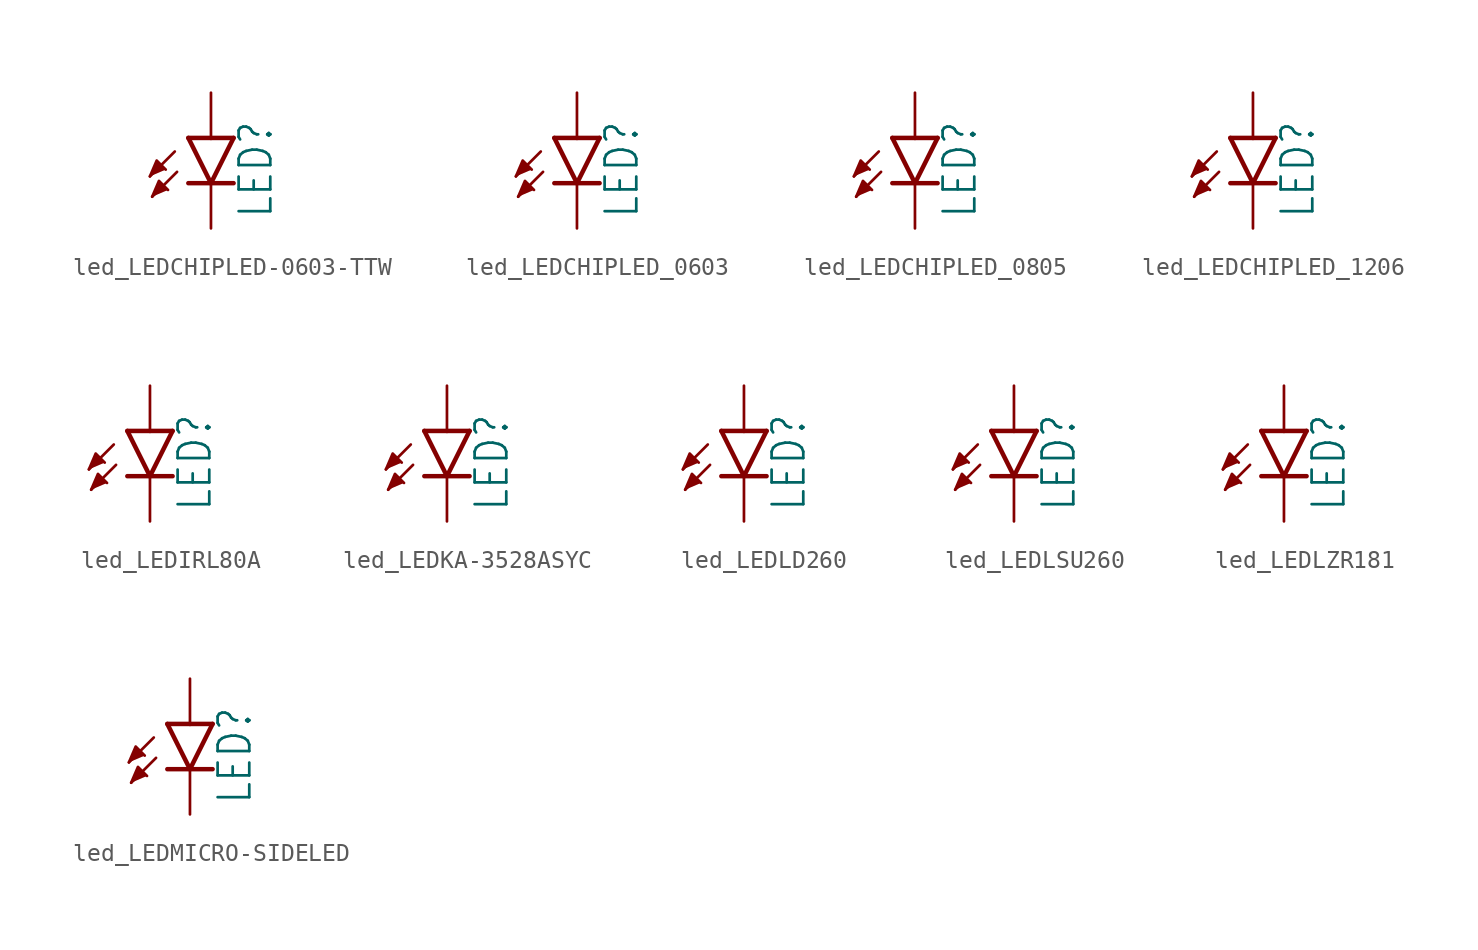
<source format=kicad_sym>
(kicad_symbol_lib
  (version 20241209)
  (generator "kicad_symbol_editor")
  (generator_version "9.0")
  (symbol "led_LEDCHIPLED-0603-TTW"
    (property "Reference" "LED"
      (at 3.556 -4.572 90)
      (effects (font (size 1.778 1.511)) (justify left bottom)))
    (property "Value" ""
      (at 5.715 -4.572 90)
      (effects (font (size 1.778 1.511)) (justify left bottom)))
    (property "ki_locked" ""
      (at 0 0 0)
      (effects (font (size 1.27 1.27))))
    (symbol "led_LEDCHIPLED-0603-TTW_1_0"
      (polyline (pts (xy -3.429 -2.159) (xy -3.048 -1.27) (xy -2.54 -1.778)) (stroke (width 0.152) (type solid)) (fill (type outline)))
      (polyline (pts (xy -3.302 -3.302) (xy -2.921 -2.413) (xy -2.413 -2.921)) (stroke (width 0.152) (type solid)) (fill (type outline)))
      (polyline (pts (xy -2.032 -0.762) (xy -3.429 -2.159)) (stroke (width 0.152) (type solid)) (fill (type none)))
      (polyline (pts (xy -1.905 -1.905) (xy -3.302 -3.302)) (stroke (width 0.152) (type solid)) (fill (type none)))
      (polyline (pts (xy 0 0) (xy -1.27 0)) (stroke (width 0.254) (type solid)) (fill (type none)))
      (polyline (pts (xy 0 -2.54) (xy -1.27 0)) (stroke (width 0.254) (type solid)) (fill (type none)))
      (polyline (pts (xy 0 -2.54) (xy -1.27 -2.54)) (stroke (width 0.254) (type solid)) (fill (type none)))
      (polyline (pts (xy 1.27 0) (xy 0 0)) (stroke (width 0.254) (type solid)) (fill (type none)))
      (polyline (pts (xy 1.27 0) (xy 0 -2.54)) (stroke (width 0.254) (type solid)) (fill (type none)))
      (polyline (pts (xy 1.27 -2.54) (xy 0 -2.54)) (stroke (width 0.254) (type solid)) (fill (type none)))
      (pin passive line (at 0 2.54 270) (length 2.54) (name "A" (effects (font (size 0 0)))) (number "A@1" (effects (font (size 0 0)))))
      (pin passive line (at 0 -5.08 90) (length 2.54) (name "C" (effects (font (size 0 0)))) (number "C@1" (effects (font (size 0 0)))))))
  (symbol "led_LEDCHIPLED_0603"
    (property "Reference" "LED"
      (at 3.556 -4.572 90)
      (effects (font (size 1.778 1.511)) (justify left bottom)))
    (property "Value" ""
      (at 5.715 -4.572 90)
      (effects (font (size 1.778 1.511)) (justify left bottom)))
    (property "ki_locked" ""
      (at 0 0 0)
      (effects (font (size 1.27 1.27))))
    (symbol "led_LEDCHIPLED_0603_1_0"
      (polyline (pts (xy -3.429 -2.159) (xy -3.048 -1.27) (xy -2.54 -1.778)) (stroke (width 0.152) (type solid)) (fill (type outline)))
      (polyline (pts (xy -3.302 -3.302) (xy -2.921 -2.413) (xy -2.413 -2.921)) (stroke (width 0.152) (type solid)) (fill (type outline)))
      (polyline (pts (xy -2.032 -0.762) (xy -3.429 -2.159)) (stroke (width 0.152) (type solid)) (fill (type none)))
      (polyline (pts (xy -1.905 -1.905) (xy -3.302 -3.302)) (stroke (width 0.152) (type solid)) (fill (type none)))
      (polyline (pts (xy 0 0) (xy -1.27 0)) (stroke (width 0.254) (type solid)) (fill (type none)))
      (polyline (pts (xy 0 -2.54) (xy -1.27 0)) (stroke (width 0.254) (type solid)) (fill (type none)))
      (polyline (pts (xy 0 -2.54) (xy -1.27 -2.54)) (stroke (width 0.254) (type solid)) (fill (type none)))
      (polyline (pts (xy 1.27 0) (xy 0 0)) (stroke (width 0.254) (type solid)) (fill (type none)))
      (polyline (pts (xy 1.27 0) (xy 0 -2.54)) (stroke (width 0.254) (type solid)) (fill (type none)))
      (polyline (pts (xy 1.27 -2.54) (xy 0 -2.54)) (stroke (width 0.254) (type solid)) (fill (type none)))
      (pin passive line (at 0 2.54 270) (length 2.54) (name "A" (effects (font (size 0 0)))) (number "A" (effects (font (size 0 0)))))
      (pin passive line (at 0 -5.08 90) (length 2.54) (name "C" (effects (font (size 0 0)))) (number "C" (effects (font (size 0 0)))))))
  (symbol "led_LEDCHIPLED_0805"
    (property "Reference" "LED"
      (at 3.556 -4.572 90)
      (effects (font (size 1.778 1.511)) (justify left bottom)))
    (property "Value" ""
      (at 5.715 -4.572 90)
      (effects (font (size 1.778 1.511)) (justify left bottom)))
    (property "ki_locked" ""
      (at 0 0 0)
      (effects (font (size 1.27 1.27))))
    (symbol "led_LEDCHIPLED_0805_1_0"
      (polyline (pts (xy -3.429 -2.159) (xy -3.048 -1.27) (xy -2.54 -1.778)) (stroke (width 0.152) (type solid)) (fill (type outline)))
      (polyline (pts (xy -3.302 -3.302) (xy -2.921 -2.413) (xy -2.413 -2.921)) (stroke (width 0.152) (type solid)) (fill (type outline)))
      (polyline (pts (xy -2.032 -0.762) (xy -3.429 -2.159)) (stroke (width 0.152) (type solid)) (fill (type none)))
      (polyline (pts (xy -1.905 -1.905) (xy -3.302 -3.302)) (stroke (width 0.152) (type solid)) (fill (type none)))
      (polyline (pts (xy 0 0) (xy -1.27 0)) (stroke (width 0.254) (type solid)) (fill (type none)))
      (polyline (pts (xy 0 -2.54) (xy -1.27 0)) (stroke (width 0.254) (type solid)) (fill (type none)))
      (polyline (pts (xy 0 -2.54) (xy -1.27 -2.54)) (stroke (width 0.254) (type solid)) (fill (type none)))
      (polyline (pts (xy 1.27 0) (xy 0 0)) (stroke (width 0.254) (type solid)) (fill (type none)))
      (polyline (pts (xy 1.27 0) (xy 0 -2.54)) (stroke (width 0.254) (type solid)) (fill (type none)))
      (polyline (pts (xy 1.27 -2.54) (xy 0 -2.54)) (stroke (width 0.254) (type solid)) (fill (type none)))
      (pin passive line (at 0 2.54 270) (length 2.54) (name "A" (effects (font (size 0 0)))) (number "A" (effects (font (size 0 0)))))
      (pin passive line (at 0 -5.08 90) (length 2.54) (name "C" (effects (font (size 0 0)))) (number "C" (effects (font (size 0 0)))))))
  (symbol "led_LEDCHIPLED_1206"
    (property "Reference" "LED"
      (at 3.556 -4.572 90)
      (effects (font (size 1.778 1.511)) (justify left bottom)))
    (property "Value" ""
      (at 5.715 -4.572 90)
      (effects (font (size 1.778 1.511)) (justify left bottom)))
    (property "ki_locked" ""
      (at 0 0 0)
      (effects (font (size 1.27 1.27))))
    (symbol "led_LEDCHIPLED_1206_1_0"
      (polyline (pts (xy -3.429 -2.159) (xy -3.048 -1.27) (xy -2.54 -1.778)) (stroke (width 0.152) (type solid)) (fill (type outline)))
      (polyline (pts (xy -3.302 -3.302) (xy -2.921 -2.413) (xy -2.413 -2.921)) (stroke (width 0.152) (type solid)) (fill (type outline)))
      (polyline (pts (xy -2.032 -0.762) (xy -3.429 -2.159)) (stroke (width 0.152) (type solid)) (fill (type none)))
      (polyline (pts (xy -1.905 -1.905) (xy -3.302 -3.302)) (stroke (width 0.152) (type solid)) (fill (type none)))
      (polyline (pts (xy 0 0) (xy -1.27 0)) (stroke (width 0.254) (type solid)) (fill (type none)))
      (polyline (pts (xy 0 -2.54) (xy -1.27 0)) (stroke (width 0.254) (type solid)) (fill (type none)))
      (polyline (pts (xy 0 -2.54) (xy -1.27 -2.54)) (stroke (width 0.254) (type solid)) (fill (type none)))
      (polyline (pts (xy 1.27 0) (xy 0 0)) (stroke (width 0.254) (type solid)) (fill (type none)))
      (polyline (pts (xy 1.27 0) (xy 0 -2.54)) (stroke (width 0.254) (type solid)) (fill (type none)))
      (polyline (pts (xy 1.27 -2.54) (xy 0 -2.54)) (stroke (width 0.254) (type solid)) (fill (type none)))
      (pin passive line (at 0 2.54 270) (length 2.54) (name "A" (effects (font (size 0 0)))) (number "A" (effects (font (size 0 0)))))
      (pin passive line (at 0 -5.08 90) (length 2.54) (name "C" (effects (font (size 0 0)))) (number "C" (effects (font (size 0 0)))))))
  (symbol "led_LEDIRL80A"
    (property "Reference" "LED"
      (at 3.556 -4.572 90)
      (effects (font (size 1.778 1.511)) (justify left bottom)))
    (property "Value" ""
      (at 5.715 -4.572 90)
      (effects (font (size 1.778 1.511)) (justify left bottom)))
    (property "ki_locked" ""
      (at 0 0 0)
      (effects (font (size 1.27 1.27))))
    (symbol "led_LEDIRL80A_1_0"
      (polyline (pts (xy -3.429 -2.159) (xy -3.048 -1.27) (xy -2.54 -1.778)) (stroke (width 0.152) (type solid)) (fill (type outline)))
      (polyline (pts (xy -3.302 -3.302) (xy -2.921 -2.413) (xy -2.413 -2.921)) (stroke (width 0.152) (type solid)) (fill (type outline)))
      (polyline (pts (xy -2.032 -0.762) (xy -3.429 -2.159)) (stroke (width 0.152) (type solid)) (fill (type none)))
      (polyline (pts (xy -1.905 -1.905) (xy -3.302 -3.302)) (stroke (width 0.152) (type solid)) (fill (type none)))
      (polyline (pts (xy 0 0) (xy -1.27 0)) (stroke (width 0.254) (type solid)) (fill (type none)))
      (polyline (pts (xy 0 -2.54) (xy -1.27 0)) (stroke (width 0.254) (type solid)) (fill (type none)))
      (polyline (pts (xy 0 -2.54) (xy -1.27 -2.54)) (stroke (width 0.254) (type solid)) (fill (type none)))
      (polyline (pts (xy 1.27 0) (xy 0 0)) (stroke (width 0.254) (type solid)) (fill (type none)))
      (polyline (pts (xy 1.27 0) (xy 0 -2.54)) (stroke (width 0.254) (type solid)) (fill (type none)))
      (polyline (pts (xy 1.27 -2.54) (xy 0 -2.54)) (stroke (width 0.254) (type solid)) (fill (type none)))
      (pin passive line (at 0 2.54 270) (length 2.54) (name "A" (effects (font (size 0 0)))) (number "A" (effects (font (size 0 0)))))
      (pin passive line (at 0 -5.08 90) (length 2.54) (name "C" (effects (font (size 0 0)))) (number "K" (effects (font (size 0 0)))))))
  (symbol "led_LEDKA-3528ASYC"
    (property "Reference" "LED"
      (at 3.556 -4.572 90)
      (effects (font (size 1.778 1.511)) (justify left bottom)))
    (property "Value" ""
      (at 5.715 -4.572 90)
      (effects (font (size 1.778 1.511)) (justify left bottom)))
    (property "ki_locked" ""
      (at 0 0 0)
      (effects (font (size 1.27 1.27))))
    (symbol "led_LEDKA-3528ASYC_1_0"
      (polyline (pts (xy -3.429 -2.159) (xy -3.048 -1.27) (xy -2.54 -1.778)) (stroke (width 0.152) (type solid)) (fill (type outline)))
      (polyline (pts (xy -3.302 -3.302) (xy -2.921 -2.413) (xy -2.413 -2.921)) (stroke (width 0.152) (type solid)) (fill (type outline)))
      (polyline (pts (xy -2.032 -0.762) (xy -3.429 -2.159)) (stroke (width 0.152) (type solid)) (fill (type none)))
      (polyline (pts (xy -1.905 -1.905) (xy -3.302 -3.302)) (stroke (width 0.152) (type solid)) (fill (type none)))
      (polyline (pts (xy 0 0) (xy -1.27 0)) (stroke (width 0.254) (type solid)) (fill (type none)))
      (polyline (pts (xy 0 -2.54) (xy -1.27 0)) (stroke (width 0.254) (type solid)) (fill (type none)))
      (polyline (pts (xy 0 -2.54) (xy -1.27 -2.54)) (stroke (width 0.254) (type solid)) (fill (type none)))
      (polyline (pts (xy 1.27 0) (xy 0 0)) (stroke (width 0.254) (type solid)) (fill (type none)))
      (polyline (pts (xy 1.27 0) (xy 0 -2.54)) (stroke (width 0.254) (type solid)) (fill (type none)))
      (polyline (pts (xy 1.27 -2.54) (xy 0 -2.54)) (stroke (width 0.254) (type solid)) (fill (type none)))
      (pin passive line (at 0 2.54 270) (length 2.54) (name "A" (effects (font (size 0 0)))) (number "A" (effects (font (size 0 0)))))
      (pin passive line (at 0 -5.08 90) (length 2.54) (name "C" (effects (font (size 0 0)))) (number "C" (effects (font (size 0 0)))))))
  (symbol "led_LEDLD260"
    (property "Reference" "LED"
      (at 3.556 -4.572 90)
      (effects (font (size 1.778 1.511)) (justify left bottom)))
    (property "Value" ""
      (at 5.715 -4.572 90)
      (effects (font (size 1.778 1.511)) (justify left bottom)))
    (property "ki_locked" ""
      (at 0 0 0)
      (effects (font (size 1.27 1.27))))
    (symbol "led_LEDLD260_1_0"
      (polyline (pts (xy -3.429 -2.159) (xy -3.048 -1.27) (xy -2.54 -1.778)) (stroke (width 0.152) (type solid)) (fill (type outline)))
      (polyline (pts (xy -3.302 -3.302) (xy -2.921 -2.413) (xy -2.413 -2.921)) (stroke (width 0.152) (type solid)) (fill (type outline)))
      (polyline (pts (xy -2.032 -0.762) (xy -3.429 -2.159)) (stroke (width 0.152) (type solid)) (fill (type none)))
      (polyline (pts (xy -1.905 -1.905) (xy -3.302 -3.302)) (stroke (width 0.152) (type solid)) (fill (type none)))
      (polyline (pts (xy 0 0) (xy -1.27 0)) (stroke (width 0.254) (type solid)) (fill (type none)))
      (polyline (pts (xy 0 -2.54) (xy -1.27 0)) (stroke (width 0.254) (type solid)) (fill (type none)))
      (polyline (pts (xy 0 -2.54) (xy -1.27 -2.54)) (stroke (width 0.254) (type solid)) (fill (type none)))
      (polyline (pts (xy 1.27 0) (xy 0 0)) (stroke (width 0.254) (type solid)) (fill (type none)))
      (polyline (pts (xy 1.27 0) (xy 0 -2.54)) (stroke (width 0.254) (type solid)) (fill (type none)))
      (polyline (pts (xy 1.27 -2.54) (xy 0 -2.54)) (stroke (width 0.254) (type solid)) (fill (type none)))
      (pin passive line (at 0 2.54 270) (length 2.54) (name "A" (effects (font (size 0 0)))) (number "A" (effects (font (size 0 0)))))
      (pin passive line (at 0 -5.08 90) (length 2.54) (name "C" (effects (font (size 0 0)))) (number "K" (effects (font (size 0 0)))))))
  (symbol "led_LEDLSU260"
    (property "Reference" "LED"
      (at 3.556 -4.572 90)
      (effects (font (size 1.778 1.511)) (justify left bottom)))
    (property "Value" ""
      (at 5.715 -4.572 90)
      (effects (font (size 1.778 1.511)) (justify left bottom)))
    (property "ki_locked" ""
      (at 0 0 0)
      (effects (font (size 1.27 1.27))))
    (symbol "led_LEDLSU260_1_0"
      (polyline (pts (xy -3.429 -2.159) (xy -3.048 -1.27) (xy -2.54 -1.778)) (stroke (width 0.152) (type solid)) (fill (type outline)))
      (polyline (pts (xy -3.302 -3.302) (xy -2.921 -2.413) (xy -2.413 -2.921)) (stroke (width 0.152) (type solid)) (fill (type outline)))
      (polyline (pts (xy -2.032 -0.762) (xy -3.429 -2.159)) (stroke (width 0.152) (type solid)) (fill (type none)))
      (polyline (pts (xy -1.905 -1.905) (xy -3.302 -3.302)) (stroke (width 0.152) (type solid)) (fill (type none)))
      (polyline (pts (xy 0 0) (xy -1.27 0)) (stroke (width 0.254) (type solid)) (fill (type none)))
      (polyline (pts (xy 0 -2.54) (xy -1.27 0)) (stroke (width 0.254) (type solid)) (fill (type none)))
      (polyline (pts (xy 0 -2.54) (xy -1.27 -2.54)) (stroke (width 0.254) (type solid)) (fill (type none)))
      (polyline (pts (xy 1.27 0) (xy 0 0)) (stroke (width 0.254) (type solid)) (fill (type none)))
      (polyline (pts (xy 1.27 0) (xy 0 -2.54)) (stroke (width 0.254) (type solid)) (fill (type none)))
      (polyline (pts (xy 1.27 -2.54) (xy 0 -2.54)) (stroke (width 0.254) (type solid)) (fill (type none)))
      (pin passive line (at 0 2.54 270) (length 2.54) (name "A" (effects (font (size 0 0)))) (number "A" (effects (font (size 0 0)))))
      (pin passive line (at 0 -5.08 90) (length 2.54) (name "C" (effects (font (size 0 0)))) (number "K" (effects (font (size 0 0)))))))
  (symbol "led_LEDLZR181"
    (property "Reference" "LED"
      (at 3.556 -4.572 90)
      (effects (font (size 1.778 1.511)) (justify left bottom)))
    (property "Value" ""
      (at 5.715 -4.572 90)
      (effects (font (size 1.778 1.511)) (justify left bottom)))
    (property "ki_locked" ""
      (at 0 0 0)
      (effects (font (size 1.27 1.27))))
    (symbol "led_LEDLZR181_1_0"
      (polyline (pts (xy -3.429 -2.159) (xy -3.048 -1.27) (xy -2.54 -1.778)) (stroke (width 0.152) (type solid)) (fill (type outline)))
      (polyline (pts (xy -3.302 -3.302) (xy -2.921 -2.413) (xy -2.413 -2.921)) (stroke (width 0.152) (type solid)) (fill (type outline)))
      (polyline (pts (xy -2.032 -0.762) (xy -3.429 -2.159)) (stroke (width 0.152) (type solid)) (fill (type none)))
      (polyline (pts (xy -1.905 -1.905) (xy -3.302 -3.302)) (stroke (width 0.152) (type solid)) (fill (type none)))
      (polyline (pts (xy 0 0) (xy -1.27 0)) (stroke (width 0.254) (type solid)) (fill (type none)))
      (polyline (pts (xy 0 -2.54) (xy -1.27 0)) (stroke (width 0.254) (type solid)) (fill (type none)))
      (polyline (pts (xy 0 -2.54) (xy -1.27 -2.54)) (stroke (width 0.254) (type solid)) (fill (type none)))
      (polyline (pts (xy 1.27 0) (xy 0 0)) (stroke (width 0.254) (type solid)) (fill (type none)))
      (polyline (pts (xy 1.27 0) (xy 0 -2.54)) (stroke (width 0.254) (type solid)) (fill (type none)))
      (polyline (pts (xy 1.27 -2.54) (xy 0 -2.54)) (stroke (width 0.254) (type solid)) (fill (type none)))
      (pin passive line (at 0 2.54 270) (length 2.54) (name "A" (effects (font (size 0 0)))) (number "A" (effects (font (size 0 0)))))
      (pin passive line (at 0 -5.08 90) (length 2.54) (name "C" (effects (font (size 0 0)))) (number "K" (effects (font (size 0 0)))))))
  (symbol "led_LEDMICRO-SIDELED"
    (property "Reference" "LED"
      (at 3.556 -4.572 90)
      (effects (font (size 1.778 1.511)) (justify left bottom)))
    (property "Value" ""
      (at 5.715 -4.572 90)
      (effects (font (size 1.778 1.511)) (justify left bottom)))
    (property "ki_locked" ""
      (at 0 0 0)
      (effects (font (size 1.27 1.27))))
    (symbol "led_LEDMICRO-SIDELED_1_0"
      (polyline (pts (xy -3.429 -2.159) (xy -3.048 -1.27) (xy -2.54 -1.778)) (stroke (width 0.152) (type solid)) (fill (type outline)))
      (polyline (pts (xy -3.302 -3.302) (xy -2.921 -2.413) (xy -2.413 -2.921)) (stroke (width 0.152) (type solid)) (fill (type outline)))
      (polyline (pts (xy -2.032 -0.762) (xy -3.429 -2.159)) (stroke (width 0.152) (type solid)) (fill (type none)))
      (polyline (pts (xy -1.905 -1.905) (xy -3.302 -3.302)) (stroke (width 0.152) (type solid)) (fill (type none)))
      (polyline (pts (xy 0 0) (xy -1.27 0)) (stroke (width 0.254) (type solid)) (fill (type none)))
      (polyline (pts (xy 0 -2.54) (xy -1.27 0)) (stroke (width 0.254) (type solid)) (fill (type none)))
      (polyline (pts (xy 0 -2.54) (xy -1.27 -2.54)) (stroke (width 0.254) (type solid)) (fill (type none)))
      (polyline (pts (xy 1.27 0) (xy 0 0)) (stroke (width 0.254) (type solid)) (fill (type none)))
      (polyline (pts (xy 1.27 0) (xy 0 -2.54)) (stroke (width 0.254) (type solid)) (fill (type none)))
      (polyline (pts (xy 1.27 -2.54) (xy 0 -2.54)) (stroke (width 0.254) (type solid)) (fill (type none)))
      (pin passive line (at 0 2.54 270) (length 2.54) (name "A" (effects (font (size 0 0)))) (number "A" (effects (font (size 0 0)))))
      (pin passive line (at 0 -5.08 90) (length 2.54) (name "C" (effects (font (size 0 0)))) (number "C" (effects (font (size 0 0))))))))
</source>
